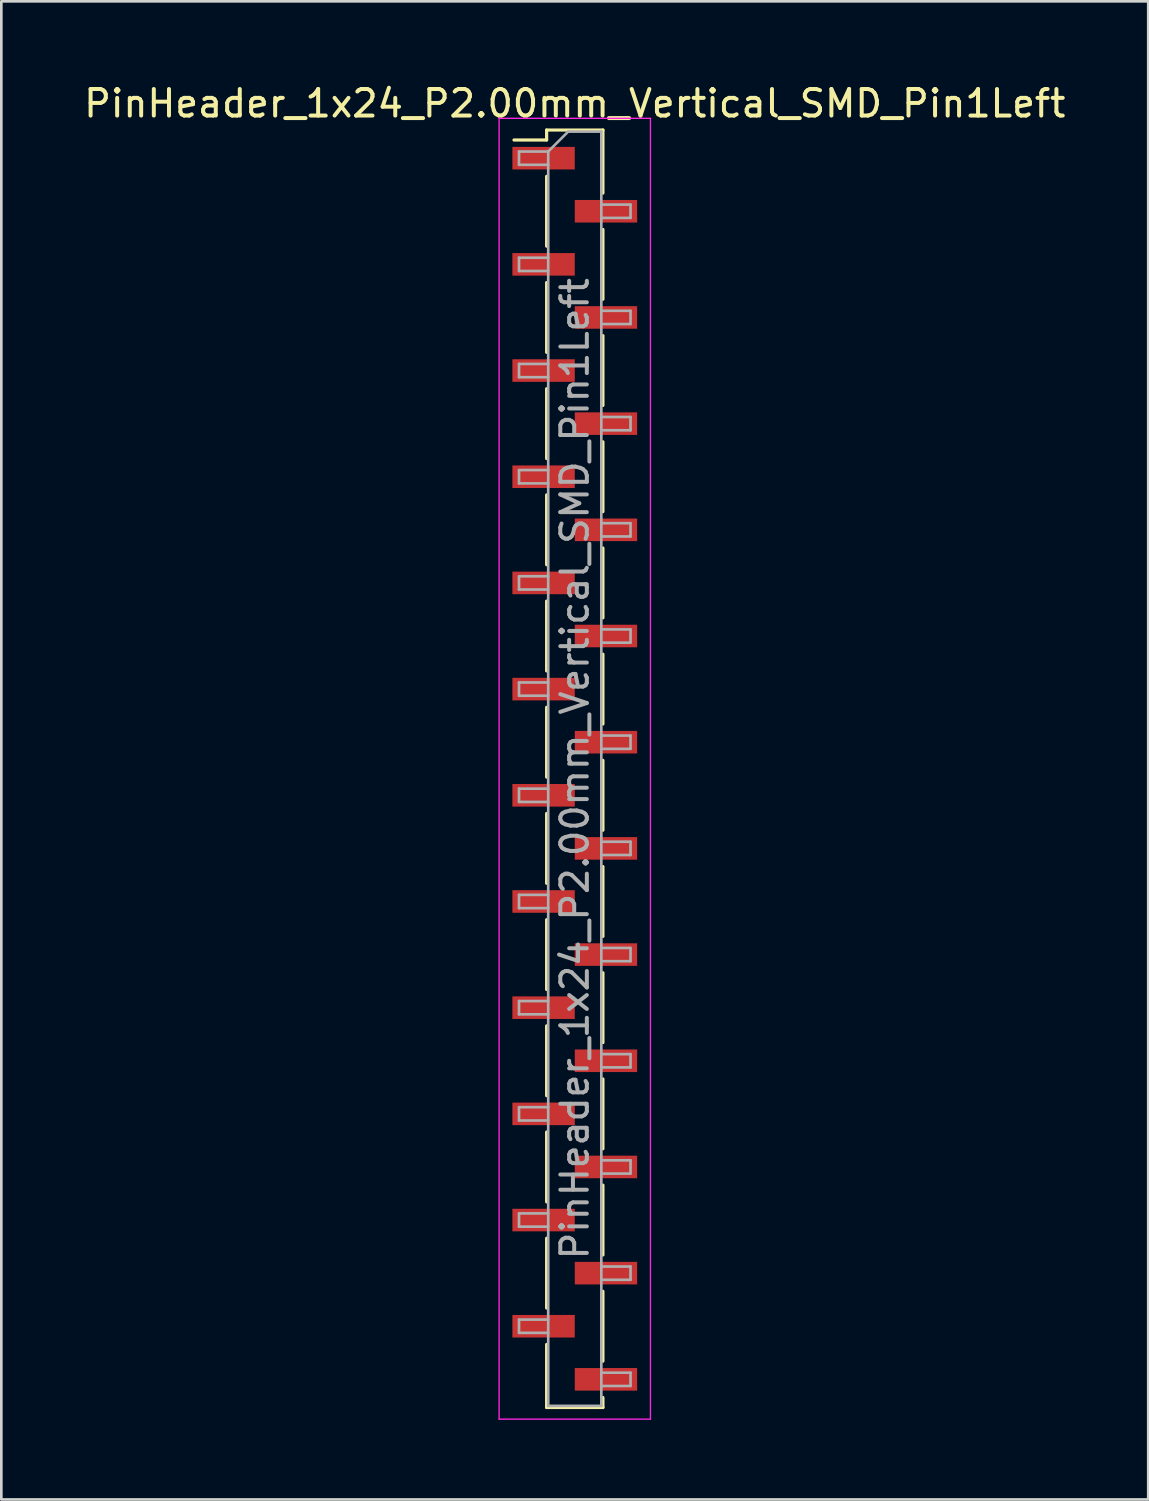
<source format=kicad_pcb>
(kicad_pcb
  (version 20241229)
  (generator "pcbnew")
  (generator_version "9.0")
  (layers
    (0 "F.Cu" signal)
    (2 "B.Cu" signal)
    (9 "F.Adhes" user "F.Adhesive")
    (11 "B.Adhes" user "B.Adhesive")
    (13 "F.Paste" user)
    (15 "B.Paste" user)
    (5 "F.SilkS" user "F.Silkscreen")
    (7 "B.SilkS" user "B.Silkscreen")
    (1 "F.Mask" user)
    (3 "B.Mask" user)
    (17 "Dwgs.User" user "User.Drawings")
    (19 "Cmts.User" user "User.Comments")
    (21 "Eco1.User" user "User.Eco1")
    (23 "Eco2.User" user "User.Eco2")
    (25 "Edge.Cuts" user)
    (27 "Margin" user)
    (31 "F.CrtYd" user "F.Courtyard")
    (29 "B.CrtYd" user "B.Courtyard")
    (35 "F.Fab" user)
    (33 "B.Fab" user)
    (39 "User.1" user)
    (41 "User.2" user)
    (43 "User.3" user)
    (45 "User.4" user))
  (footprint "PinHeader_1x24_P2.00mm_Vertical_SMD_Pin1Left"
    (layer "F.Cu")
    (at 18.601 25.908)
    (property "Reference" "PinHeader_1x24_P2.00mm_Vertical_SMD_Pin1Left" (at 0 -25.06 0) (layer "F.SilkS") (effects (font (size 1 1) (thickness 0.15))))
    (attr smd)
    (fp_line (start -1.06 -24.06) (end -1.06 -23.685) (stroke (width 0.12) (type solid)) (layer "F.SilkS"))
    (fp_line (start -1.06 -24.06) (end 1.06 -24.06) (stroke (width 0.12) (type solid)) (layer "F.SilkS"))
    (fp_line (start -1.06 -23.685) (end -2.29 -23.685) (stroke (width 0.12) (type solid)) (layer "F.SilkS"))
    (fp_line (start -1.06 -22.315) (end -1.06 -19.685) (stroke (width 0.12) (type solid)) (layer "F.SilkS"))
    (fp_line (start -1.06 -18.315) (end -1.06 -15.685) (stroke (width 0.12) (type solid)) (layer "F.SilkS"))
    (fp_line (start -1.06 -14.315) (end -1.06 -11.685) (stroke (width 0.12) (type solid)) (layer "F.SilkS"))
    (fp_line (start -1.06 -10.315) (end -1.06 -7.685) (stroke (width 0.12) (type solid)) (layer "F.SilkS"))
    (fp_line (start -1.06 -6.315) (end -1.06 -3.685) (stroke (width 0.12) (type solid)) (layer "F.SilkS"))
    (fp_line (start -1.06 -2.315) (end -1.06 0.315) (stroke (width 0.12) (type solid)) (layer "F.SilkS"))
    (fp_line (start -1.06 1.685) (end -1.06 4.315) (stroke (width 0.12) (type solid)) (layer "F.SilkS"))
    (fp_line (start -1.06 5.685) (end -1.06 8.315) (stroke (width 0.12) (type solid)) (layer "F.SilkS"))
    (fp_line (start -1.06 9.685) (end -1.06 12.315) (stroke (width 0.12) (type solid)) (layer "F.SilkS"))
    (fp_line (start -1.06 13.685) (end -1.06 16.315) (stroke (width 0.12) (type solid)) (layer "F.SilkS"))
    (fp_line (start -1.06 17.685) (end -1.06 20.315) (stroke (width 0.12) (type solid)) (layer "F.SilkS"))
    (fp_line (start -1.06 21.685) (end -1.06 24.06) (stroke (width 0.12) (type solid)) (layer "F.SilkS"))
    (fp_line (start -1.06 24.06) (end 1.06 24.06) (stroke (width 0.12) (type solid)) (layer "F.SilkS"))
    (fp_line (start 1.06 -24.06) (end 1.06 -21.685) (stroke (width 0.12) (type solid)) (layer "F.SilkS"))
    (fp_line (start 1.06 -20.315) (end 1.06 -17.685) (stroke (width 0.12) (type solid)) (layer "F.SilkS"))
    (fp_line (start 1.06 -16.315) (end 1.06 -13.685) (stroke (width 0.12) (type solid)) (layer "F.SilkS"))
    (fp_line (start 1.06 -12.315) (end 1.06 -9.685) (stroke (width 0.12) (type solid)) (layer "F.SilkS"))
    (fp_line (start 1.06 -8.315) (end 1.06 -5.685) (stroke (width 0.12) (type solid)) (layer "F.SilkS"))
    (fp_line (start 1.06 -4.315) (end 1.06 -1.685) (stroke (width 0.12) (type solid)) (layer "F.SilkS"))
    (fp_line (start 1.06 -0.315) (end 1.06 2.315) (stroke (width 0.12) (type solid)) (layer "F.SilkS"))
    (fp_line (start 1.06 3.685) (end 1.06 6.315) (stroke (width 0.12) (type solid)) (layer "F.SilkS"))
    (fp_line (start 1.06 7.685) (end 1.06 10.315) (stroke (width 0.12) (type solid)) (layer "F.SilkS"))
    (fp_line (start 1.06 11.685) (end 1.06 14.315) (stroke (width 0.12) (type solid)) (layer "F.SilkS"))
    (fp_line (start 1.06 15.685) (end 1.06 18.315) (stroke (width 0.12) (type solid)) (layer "F.SilkS"))
    (fp_line (start 1.06 19.685) (end 1.06 22.315) (stroke (width 0.12) (type solid)) (layer "F.SilkS"))
    (fp_line (start 1.06 23.685) (end 1.06 24.06) (stroke (width 0.12) (type solid)) (layer "F.SilkS"))
    (fp_line (start -2.85 -24.5) (end -2.85 24.5) (stroke (width 0.05) (type solid)) (layer "F.CrtYd"))
    (fp_line (start -2.85 24.5) (end 2.85 24.5) (stroke (width 0.05) (type solid)) (layer "F.CrtYd"))
    (fp_line (start 2.85 -24.5) (end -2.85 -24.5) (stroke (width 0.05) (type solid)) (layer "F.CrtYd"))
    (fp_line (start 2.85 24.5) (end 2.85 -24.5) (stroke (width 0.05) (type solid)) (layer "F.CrtYd"))
    (fp_line (start -2.1 -23.25) (end -2.1 -22.75) (stroke (width 0.1) (type solid)) (layer "F.Fab"))
    (fp_line (start -2.1 -22.75) (end -1 -22.75) (stroke (width 0.1) (type solid)) (layer "F.Fab"))
    (fp_line (start -2.1 -19.25) (end -2.1 -18.75) (stroke (width 0.1) (type solid)) (layer "F.Fab"))
    (fp_line (start -2.1 -18.75) (end -1 -18.75) (stroke (width 0.1) (type solid)) (layer "F.Fab"))
    (fp_line (start -2.1 -15.25) (end -2.1 -14.75) (stroke (width 0.1) (type solid)) (layer "F.Fab"))
    (fp_line (start -2.1 -14.75) (end -1 -14.75) (stroke (width 0.1) (type solid)) (layer "F.Fab"))
    (fp_line (start -2.1 -11.25) (end -2.1 -10.75) (stroke (width 0.1) (type solid)) (layer "F.Fab"))
    (fp_line (start -2.1 -10.75) (end -1 -10.75) (stroke (width 0.1) (type solid)) (layer "F.Fab"))
    (fp_line (start -2.1 -7.25) (end -2.1 -6.75) (stroke (width 0.1) (type solid)) (layer "F.Fab"))
    (fp_line (start -2.1 -6.75) (end -1 -6.75) (stroke (width 0.1) (type solid)) (layer "F.Fab"))
    (fp_line (start -2.1 -3.25) (end -2.1 -2.75) (stroke (width 0.1) (type solid)) (layer "F.Fab"))
    (fp_line (start -2.1 -2.75) (end -1 -2.75) (stroke (width 0.1) (type solid)) (layer "F.Fab"))
    (fp_line (start -2.1 0.75) (end -2.1 1.25) (stroke (width 0.1) (type solid)) (layer "F.Fab"))
    (fp_line (start -2.1 1.25) (end -1 1.25) (stroke (width 0.1) (type solid)) (layer "F.Fab"))
    (fp_line (start -2.1 4.75) (end -2.1 5.25) (stroke (width 0.1) (type solid)) (layer "F.Fab"))
    (fp_line (start -2.1 5.25) (end -1 5.25) (stroke (width 0.1) (type solid)) (layer "F.Fab"))
    (fp_line (start -2.1 8.75) (end -2.1 9.25) (stroke (width 0.1) (type solid)) (layer "F.Fab"))
    (fp_line (start -2.1 9.25) (end -1 9.25) (stroke (width 0.1) (type solid)) (layer "F.Fab"))
    (fp_line (start -2.1 12.75) (end -2.1 13.25) (stroke (width 0.1) (type solid)) (layer "F.Fab"))
    (fp_line (start -2.1 13.25) (end -1 13.25) (stroke (width 0.1) (type solid)) (layer "F.Fab"))
    (fp_line (start -2.1 16.75) (end -2.1 17.25) (stroke (width 0.1) (type solid)) (layer "F.Fab"))
    (fp_line (start -2.1 17.25) (end -1 17.25) (stroke (width 0.1) (type solid)) (layer "F.Fab"))
    (fp_line (start -2.1 20.75) (end -2.1 21.25) (stroke (width 0.1) (type solid)) (layer "F.Fab"))
    (fp_line (start -2.1 21.25) (end -1 21.25) (stroke (width 0.1) (type solid)) (layer "F.Fab"))
    (fp_line (start -1 -23.25) (end -2.1 -23.25) (stroke (width 0.1) (type solid)) (layer "F.Fab"))
    (fp_line (start -1 -23.25) (end -0.25 -24) (stroke (width 0.1) (type solid)) (layer "F.Fab"))
    (fp_line (start -1 -19.25) (end -2.1 -19.25) (stroke (width 0.1) (type solid)) (layer "F.Fab"))
    (fp_line (start -1 -15.25) (end -2.1 -15.25) (stroke (width 0.1) (type solid)) (layer "F.Fab"))
    (fp_line (start -1 -11.25) (end -2.1 -11.25) (stroke (width 0.1) (type solid)) (layer "F.Fab"))
    (fp_line (start -1 -7.25) (end -2.1 -7.25) (stroke (width 0.1) (type solid)) (layer "F.Fab"))
    (fp_line (start -1 -3.25) (end -2.1 -3.25) (stroke (width 0.1) (type solid)) (layer "F.Fab"))
    (fp_line (start -1 0.75) (end -2.1 0.75) (stroke (width 0.1) (type solid)) (layer "F.Fab"))
    (fp_line (start -1 4.75) (end -2.1 4.75) (stroke (width 0.1) (type solid)) (layer "F.Fab"))
    (fp_line (start -1 8.75) (end -2.1 8.75) (stroke (width 0.1) (type solid)) (layer "F.Fab"))
    (fp_line (start -1 12.75) (end -2.1 12.75) (stroke (width 0.1) (type solid)) (layer "F.Fab"))
    (fp_line (start -1 16.75) (end -2.1 16.75) (stroke (width 0.1) (type solid)) (layer "F.Fab"))
    (fp_line (start -1 20.75) (end -2.1 20.75) (stroke (width 0.1) (type solid)) (layer "F.Fab"))
    (fp_line (start -1 24) (end -1 -23.25) (stroke (width 0.1) (type solid)) (layer "F.Fab"))
    (fp_line (start -0.25 -24) (end 1 -24) (stroke (width 0.1) (type solid)) (layer "F.Fab"))
    (fp_line (start 1 -24) (end 1 24) (stroke (width 0.1) (type solid)) (layer "F.Fab"))
    (fp_line (start 1 -21.25) (end 2.1 -21.25) (stroke (width 0.1) (type solid)) (layer "F.Fab"))
    (fp_line (start 1 -17.25) (end 2.1 -17.25) (stroke (width 0.1) (type solid)) (layer "F.Fab"))
    (fp_line (start 1 -13.25) (end 2.1 -13.25) (stroke (width 0.1) (type solid)) (layer "F.Fab"))
    (fp_line (start 1 -9.25) (end 2.1 -9.25) (stroke (width 0.1) (type solid)) (layer "F.Fab"))
    (fp_line (start 1 -5.25) (end 2.1 -5.25) (stroke (width 0.1) (type solid)) (layer "F.Fab"))
    (fp_line (start 1 -1.25) (end 2.1 -1.25) (stroke (width 0.1) (type solid)) (layer "F.Fab"))
    (fp_line (start 1 2.75) (end 2.1 2.75) (stroke (width 0.1) (type solid)) (layer "F.Fab"))
    (fp_line (start 1 6.75) (end 2.1 6.75) (stroke (width 0.1) (type solid)) (layer "F.Fab"))
    (fp_line (start 1 10.75) (end 2.1 10.75) (stroke (width 0.1) (type solid)) (layer "F.Fab"))
    (fp_line (start 1 14.75) (end 2.1 14.75) (stroke (width 0.1) (type solid)) (layer "F.Fab"))
    (fp_line (start 1 18.75) (end 2.1 18.75) (stroke (width 0.1) (type solid)) (layer "F.Fab"))
    (fp_line (start 1 22.75) (end 2.1 22.75) (stroke (width 0.1) (type solid)) (layer "F.Fab"))
    (fp_line (start 1 24) (end -1 24) (stroke (width 0.1) (type solid)) (layer "F.Fab"))
    (fp_line (start 2.1 -21.25) (end 2.1 -20.75) (stroke (width 0.1) (type solid)) (layer "F.Fab"))
    (fp_line (start 2.1 -20.75) (end 1 -20.75) (stroke (width 0.1) (type solid)) (layer "F.Fab"))
    (fp_line (start 2.1 -17.25) (end 2.1 -16.75) (stroke (width 0.1) (type solid)) (layer "F.Fab"))
    (fp_line (start 2.1 -16.75) (end 1 -16.75) (stroke (width 0.1) (type solid)) (layer "F.Fab"))
    (fp_line (start 2.1 -13.25) (end 2.1 -12.75) (stroke (width 0.1) (type solid)) (layer "F.Fab"))
    (fp_line (start 2.1 -12.75) (end 1 -12.75) (stroke (width 0.1) (type solid)) (layer "F.Fab"))
    (fp_line (start 2.1 -9.25) (end 2.1 -8.75) (stroke (width 0.1) (type solid)) (layer "F.Fab"))
    (fp_line (start 2.1 -8.75) (end 1 -8.75) (stroke (width 0.1) (type solid)) (layer "F.Fab"))
    (fp_line (start 2.1 -5.25) (end 2.1 -4.75) (stroke (width 0.1) (type solid)) (layer "F.Fab"))
    (fp_line (start 2.1 -4.75) (end 1 -4.75) (stroke (width 0.1) (type solid)) (layer "F.Fab"))
    (fp_line (start 2.1 -1.25) (end 2.1 -0.75) (stroke (width 0.1) (type solid)) (layer "F.Fab"))
    (fp_line (start 2.1 -0.75) (end 1 -0.75) (stroke (width 0.1) (type solid)) (layer "F.Fab"))
    (fp_line (start 2.1 2.75) (end 2.1 3.25) (stroke (width 0.1) (type solid)) (layer "F.Fab"))
    (fp_line (start 2.1 3.25) (end 1 3.25) (stroke (width 0.1) (type solid)) (layer "F.Fab"))
    (fp_line (start 2.1 6.75) (end 2.1 7.25) (stroke (width 0.1) (type solid)) (layer "F.Fab"))
    (fp_line (start 2.1 7.25) (end 1 7.25) (stroke (width 0.1) (type solid)) (layer "F.Fab"))
    (fp_line (start 2.1 10.75) (end 2.1 11.25) (stroke (width 0.1) (type solid)) (layer "F.Fab"))
    (fp_line (start 2.1 11.25) (end 1 11.25) (stroke (width 0.1) (type solid)) (layer "F.Fab"))
    (fp_line (start 2.1 14.75) (end 2.1 15.25) (stroke (width 0.1) (type solid)) (layer "F.Fab"))
    (fp_line (start 2.1 15.25) (end 1 15.25) (stroke (width 0.1) (type solid)) (layer "F.Fab"))
    (fp_line (start 2.1 18.75) (end 2.1 19.25) (stroke (width 0.1) (type solid)) (layer "F.Fab"))
    (fp_line (start 2.1 19.25) (end 1 19.25) (stroke (width 0.1) (type solid)) (layer "F.Fab"))
    (fp_line (start 2.1 22.75) (end 2.1 23.25) (stroke (width 0.1) (type solid)) (layer "F.Fab"))
    (fp_line (start 2.1 23.25) (end 1 23.25) (stroke (width 0.1) (type solid)) (layer "F.Fab"))
    (fp_text user "${REFERENCE}" (at 0 0 90) (layer "F.Fab") (effects (font (size 1 1) (thickness 0.15))))
    (pad "1" smd rect (at -1.175 -23) (size 2.35 0.85) (layers "F.Cu" "F.Mask" "F.Paste"))
    (pad "2" smd rect (at 1.175 -21) (size 2.35 0.85) (layers "F.Cu" "F.Mask" "F.Paste"))
    (pad "3" smd rect (at -1.175 -19) (size 2.35 0.85) (layers "F.Cu" "F.Mask" "F.Paste"))
    (pad "4" smd rect (at 1.175 -17) (size 2.35 0.85) (layers "F.Cu" "F.Mask" "F.Paste"))
    (pad "5" smd rect (at -1.175 -15) (size 2.35 0.85) (layers "F.Cu" "F.Mask" "F.Paste"))
    (pad "6" smd rect (at 1.175 -13) (size 2.35 0.85) (layers "F.Cu" "F.Mask" "F.Paste"))
    (pad "7" smd rect (at -1.175 -11) (size 2.35 0.85) (layers "F.Cu" "F.Mask" "F.Paste"))
    (pad "8" smd rect (at 1.175 -9) (size 2.35 0.85) (layers "F.Cu" "F.Mask" "F.Paste"))
    (pad "9" smd rect (at -1.175 -7) (size 2.35 0.85) (layers "F.Cu" "F.Mask" "F.Paste"))
    (pad "10" smd rect (at 1.175 -5) (size 2.35 0.85) (layers "F.Cu" "F.Mask" "F.Paste"))
    (pad "11" smd rect (at -1.175 -3) (size 2.35 0.85) (layers "F.Cu" "F.Mask" "F.Paste"))
    (pad "12" smd rect (at 1.175 -1) (size 2.35 0.85) (layers "F.Cu" "F.Mask" "F.Paste"))
    (pad "13" smd rect (at -1.175 1) (size 2.35 0.85) (layers "F.Cu" "F.Mask" "F.Paste"))
    (pad "14" smd rect (at 1.175 3) (size 2.35 0.85) (layers "F.Cu" "F.Mask" "F.Paste"))
    (pad "15" smd rect (at -1.175 5) (size 2.35 0.85) (layers "F.Cu" "F.Mask" "F.Paste"))
    (pad "16" smd rect (at 1.175 7) (size 2.35 0.85) (layers "F.Cu" "F.Mask" "F.Paste"))
    (pad "17" smd rect (at -1.175 9) (size 2.35 0.85) (layers "F.Cu" "F.Mask" "F.Paste"))
    (pad "18" smd rect (at 1.175 11) (size 2.35 0.85) (layers "F.Cu" "F.Mask" "F.Paste"))
    (pad "19" smd rect (at -1.175 13) (size 2.35 0.85) (layers "F.Cu" "F.Mask" "F.Paste"))
    (pad "20" smd rect (at 1.175 15) (size 2.35 0.85) (layers "F.Cu" "F.Mask" "F.Paste"))
    (pad "21" smd rect (at -1.175 17) (size 2.35 0.85) (layers "F.Cu" "F.Mask" "F.Paste"))
    (pad "22" smd rect (at 1.175 19) (size 2.35 0.85) (layers "F.Cu" "F.Mask" "F.Paste"))
    (pad "23" smd rect (at -1.175 21) (size 2.35 0.85) (layers "F.Cu" "F.Mask" "F.Paste"))
    (pad "24" smd rect (at 1.175 23) (size 2.35 0.85) (layers "F.Cu" "F.Mask" "F.Paste")))
  (gr_rect
    (start -3 -3)
    (end 40.202 53.433)
    (stroke (width 0.1) (type default))
    (fill no)
    (layer "Edge.Cuts")))
</source>
